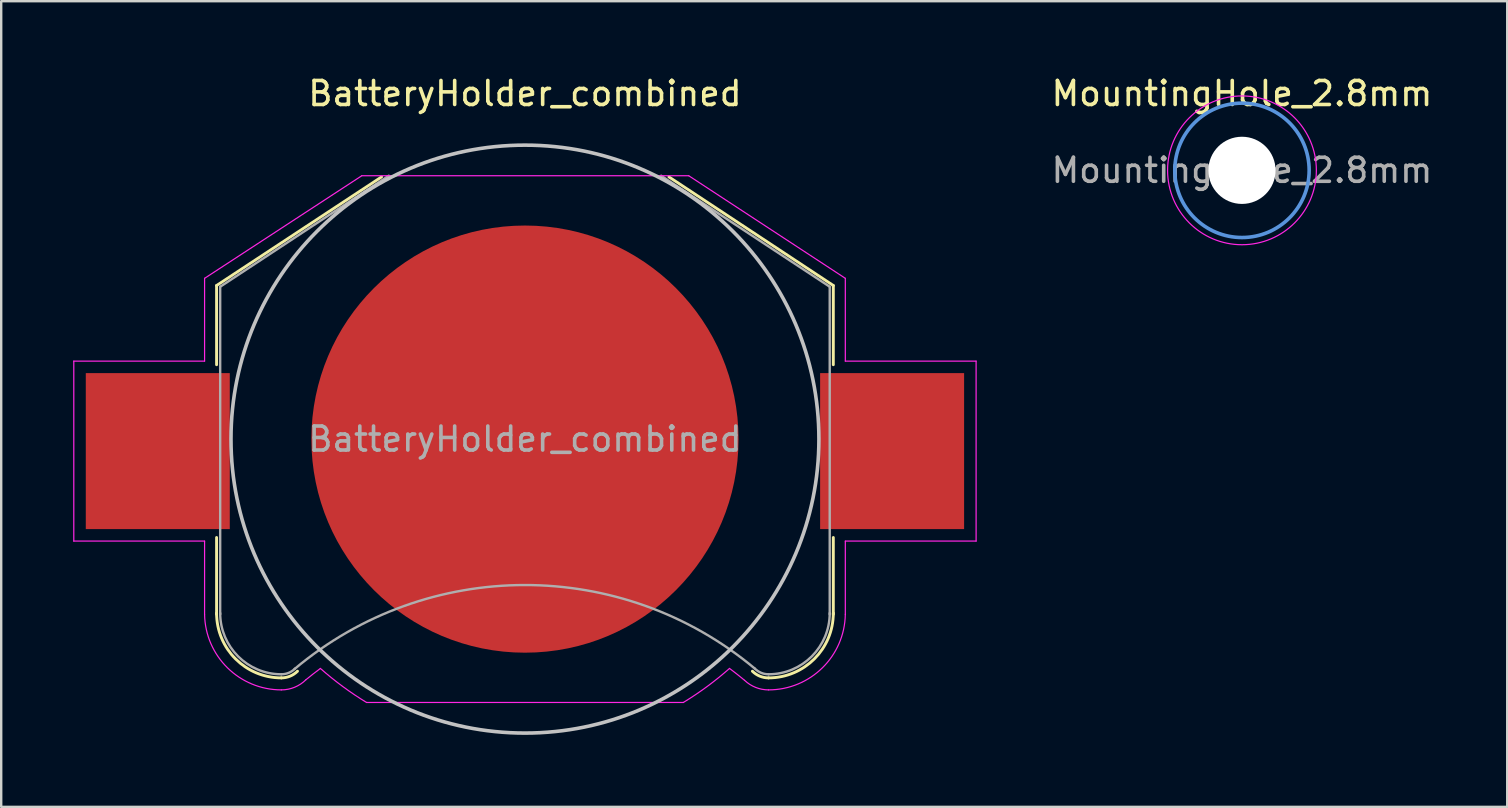
<source format=kicad_pcb>
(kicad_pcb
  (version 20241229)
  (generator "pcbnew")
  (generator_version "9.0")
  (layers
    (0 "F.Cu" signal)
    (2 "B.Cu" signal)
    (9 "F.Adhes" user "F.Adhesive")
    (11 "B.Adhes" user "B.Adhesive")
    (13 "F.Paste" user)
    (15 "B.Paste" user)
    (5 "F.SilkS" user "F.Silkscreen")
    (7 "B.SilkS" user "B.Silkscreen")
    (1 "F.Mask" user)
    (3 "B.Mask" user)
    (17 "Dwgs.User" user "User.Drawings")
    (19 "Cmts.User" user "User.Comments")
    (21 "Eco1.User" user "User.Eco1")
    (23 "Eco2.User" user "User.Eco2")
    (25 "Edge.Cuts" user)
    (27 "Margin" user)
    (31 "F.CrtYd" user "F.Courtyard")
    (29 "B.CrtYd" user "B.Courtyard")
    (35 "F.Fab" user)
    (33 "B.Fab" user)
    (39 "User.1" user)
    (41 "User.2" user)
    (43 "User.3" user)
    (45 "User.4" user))
  (footprint "MountingHole_2.8mm"
    (layer "F.Cu")
    (at 48.704 4.048)
    (property "Reference" "MountingHole_2.8mm" (at 0 -3.2 0) (layer "F.SilkS") (effects (font (size 1 1) (thickness 0.15))))
    (attr exclude_from_pos_files exclude_from_bom)
    (fp_circle (center 0 0) (end 2.8 0) (stroke (width 0.15) (type solid)) (fill no) (layer "Cmts.User"))
    (fp_circle (center 0 0) (end 3.1 0) (stroke (width 0.05) (type solid)) (fill no) (layer "F.CrtYd"))
    (fp_text user "${REFERENCE}" (at 0 0 0) (layer "F.Fab") (effects (font (size 1 1) (thickness 0.15))))
    (pad "" np_thru_hole circle (at 0 0) (size 2.8 2.8) (drill 2.8) (layers "*.Cu" "*.Mask")))
  (footprint "BatteryHolder_combined"
    (layer "F.Cu")
    (at 18.825 15.248)
    (property "Reference" "BatteryHolder_combined" (at 0 -14.4 0) (layer "F.SilkS") (effects (font (size 1 1) (thickness 0.15))))
    (attr smd)
    (fp_line (start -12.85 -6.4) (end -12.85 -3.1) (stroke (width 0.12) (type solid)) (layer "F.SilkS"))
    (fp_line (start -12.85 4.1) (end -12.85 7.3) (stroke (width 0.12) (type solid)) (layer "F.SilkS"))
    (fp_line (start -5.975 -10.925) (end -12.85 -6.4) (stroke (width 0.12) (type solid)) (layer "F.SilkS"))
    (fp_line (start 6 -10.925) (end 12.85 -6.4) (stroke (width 0.12) (type solid)) (layer "F.SilkS"))
    (fp_line (start 12.85 -6.4) (end 12.85 -3.1) (stroke (width 0.12) (type solid)) (layer "F.SilkS"))
    (fp_line (start 12.85 4.1) (end 12.85 7.3) (stroke (width 0.12) (type solid)) (layer "F.SilkS"))
    (fp_arc (start -10.15 9.95) (mid -12.059188 9.159188) (end -12.85 7.25) (stroke (width 0.12) (type solid)) (layer "F.SilkS"))
    (fp_arc (start -9.478249 9.671751) (mid -9.786451 9.877685) (end -10.15 9.95) (stroke (width 0.12) (type solid)) (layer "F.SilkS"))
    (fp_arc (start 10.15 9.95) (mid 9.786451 9.877686) (end 9.478249 9.671751) (stroke (width 0.12) (type solid)) (layer "F.SilkS"))
    (fp_arc (start 12.85 7.25) (mid 12.059188 9.159188) (end 10.15 9.95) (stroke (width 0.12) (type solid)) (layer "F.SilkS"))
    (fp_circle (center 0 0) (end 12.25 0) (stroke (width 0.15) (type solid)) (fill no) (layer "Dwgs.User"))
    (fp_line (start -18.8 -3.25) (end -18.8 4.25) (stroke (width 0.05) (type solid)) (layer "F.CrtYd"))
    (fp_line (start -18.8 4.25) (end -13.35 4.25) (stroke (width 0.05) (type solid)) (layer "F.CrtYd"))
    (fp_line (start -13.35 -6.7) (end -13.35 -3.25) (stroke (width 0.05) (type solid)) (layer "F.CrtYd"))
    (fp_line (start -13.35 -3.25) (end -18.8 -3.25) (stroke (width 0.05) (type solid)) (layer "F.CrtYd"))
    (fp_line (start -13.35 4.25) (end -13.35 7.3) (stroke (width 0.05) (type solid)) (layer "F.CrtYd"))
    (fp_line (start -6.8 -10.975) (end -13.35 -6.7) (stroke (width 0.05) (type solid)) (layer "F.CrtYd"))
    (fp_line (start -6.8 -10.975) (end 6.825 -10.975) (stroke (width 0.05) (type solid)) (layer "F.CrtYd"))
    (fp_line (start 6.6 10.975) (end -6.6 10.975) (stroke (width 0.05) (type solid)) (layer "F.CrtYd"))
    (fp_line (start 6.825 -10.975) (end 13.35 -6.7) (stroke (width 0.05) (type solid)) (layer "F.CrtYd"))
    (fp_line (start 13.35 -6.7) (end 13.35 -3.25) (stroke (width 0.05) (type solid)) (layer "F.CrtYd"))
    (fp_line (start 13.35 -3.25) (end 18.8 -3.25) (stroke (width 0.05) (type solid)) (layer "F.CrtYd"))
    (fp_line (start 13.35 4.25) (end 13.35 7.3) (stroke (width 0.05) (type solid)) (layer "F.CrtYd"))
    (fp_line (start 18.8 -3.25) (end 18.8 4.25) (stroke (width 0.05) (type solid)) (layer "F.CrtYd"))
    (fp_line (start 18.8 4.25) (end 13.35 4.25) (stroke (width 0.05) (type solid)) (layer "F.CrtYd"))
    (fp_arc (start -10.15 10.45) (mid -12.39512 9.53036) (end -13.35 7.3) (stroke (width 0.05) (type solid)) (layer "F.CrtYd"))
    (fp_arc (start -9.124695 10.025305) (mid -9.595109 10.339626) (end -10.15 10.45) (stroke (width 0.05) (type solid)) (layer "F.CrtYd"))
    (fp_arc (start -9.124695 10.025305) (mid -8.827295 9.787346) (end -8.524488 9.556307) (stroke (width 0.05) (type solid)) (layer "F.CrtYd"))
    (fp_arc (start -6.6 10.975) (mid -7.593565 10.308141) (end -8.524488 9.556307) (stroke (width 0.05) (type solid)) (layer "F.CrtYd"))
    (fp_arc (start 8.524488 9.556307) (mid 7.593564 10.308139) (end 6.6 10.975) (stroke (width 0.05) (type solid)) (layer "F.CrtYd"))
    (fp_arc (start 8.524488 9.556307) (mid 8.840691 9.798786) (end 9.15 10.05) (stroke (width 0.05) (type solid)) (layer "F.CrtYd"))
    (fp_arc (start 10.15 10.45) (mid 9.611484 10.346291) (end 9.15 10.05) (stroke (width 0.05) (type solid)) (layer "F.CrtYd"))
    (fp_arc (start 13.35 7.3) (mid 12.395134 9.530374) (end 10.15 10.45) (stroke (width 0.05) (type solid)) (layer "F.CrtYd"))
    (fp_line (start -12.7 -6.35) (end -12.7 7.3) (stroke (width 0.1) (type solid)) (layer "F.Fab"))
    (fp_line (start -5.675 -10.975) (end -12.7 -6.35) (stroke (width 0.1) (type solid)) (layer "F.Fab"))
    (fp_line (start 5.675 -10.975) (end 12.7 -6.35) (stroke (width 0.1) (type solid)) (layer "F.Fab"))
    (fp_line (start 12.7 -6.35) (end 12.7 7.3) (stroke (width 0.1) (type solid)) (layer "F.Fab"))
    (fp_arc (start -10.15 9.8) (mid -11.953122 9.053122) (end -12.7 7.25) (stroke (width 0.1) (type solid)) (layer "F.Fab"))
    (fp_arc (start -9.6 9.58) (mid -0.013392 6.081011) (end 9.579482 9.562783) (stroke (width 0.1) (type solid)) (layer "F.Fab"))
    (fp_arc (start -9.584315 9.565685) (mid -9.843853 9.739103) (end -10.15 9.8) (stroke (width 0.1) (type solid)) (layer "F.Fab"))
    (fp_arc (start 10.15 9.8) (mid 9.843853 9.739104) (end 9.584315 9.565685) (stroke (width 0.1) (type solid)) (layer "F.Fab"))
    (fp_arc (start 12.7 7.25) (mid 11.953122 9.053122) (end 10.15 9.8) (stroke (width 0.1) (type solid)) (layer "F.Fab"))
    (fp_text user "${REFERENCE}" (at 0 0 0) (layer "F.Fab") (effects (font (size 1 1) (thickness 0.15))))
    (pad "1" smd rect (at -15.3 0.5) (size 6 6.5) (layers "F.Cu" "F.Mask" "F.Paste"))
    (pad "1" smd rect (at 15.3 0.5) (size 6 6.5) (layers "F.Cu" "F.Mask" "F.Paste"))
    (pad "2" smd circle (at 0 0) (size 17.8 17.8) (layers "F.Cu" "F.Mask")))
  (gr_rect
    (start -3 -3)
    (end 59.757 30.573)
    (stroke (width 0.1) (type default))
    (fill no)
    (layer "Edge.Cuts")))
</source>
